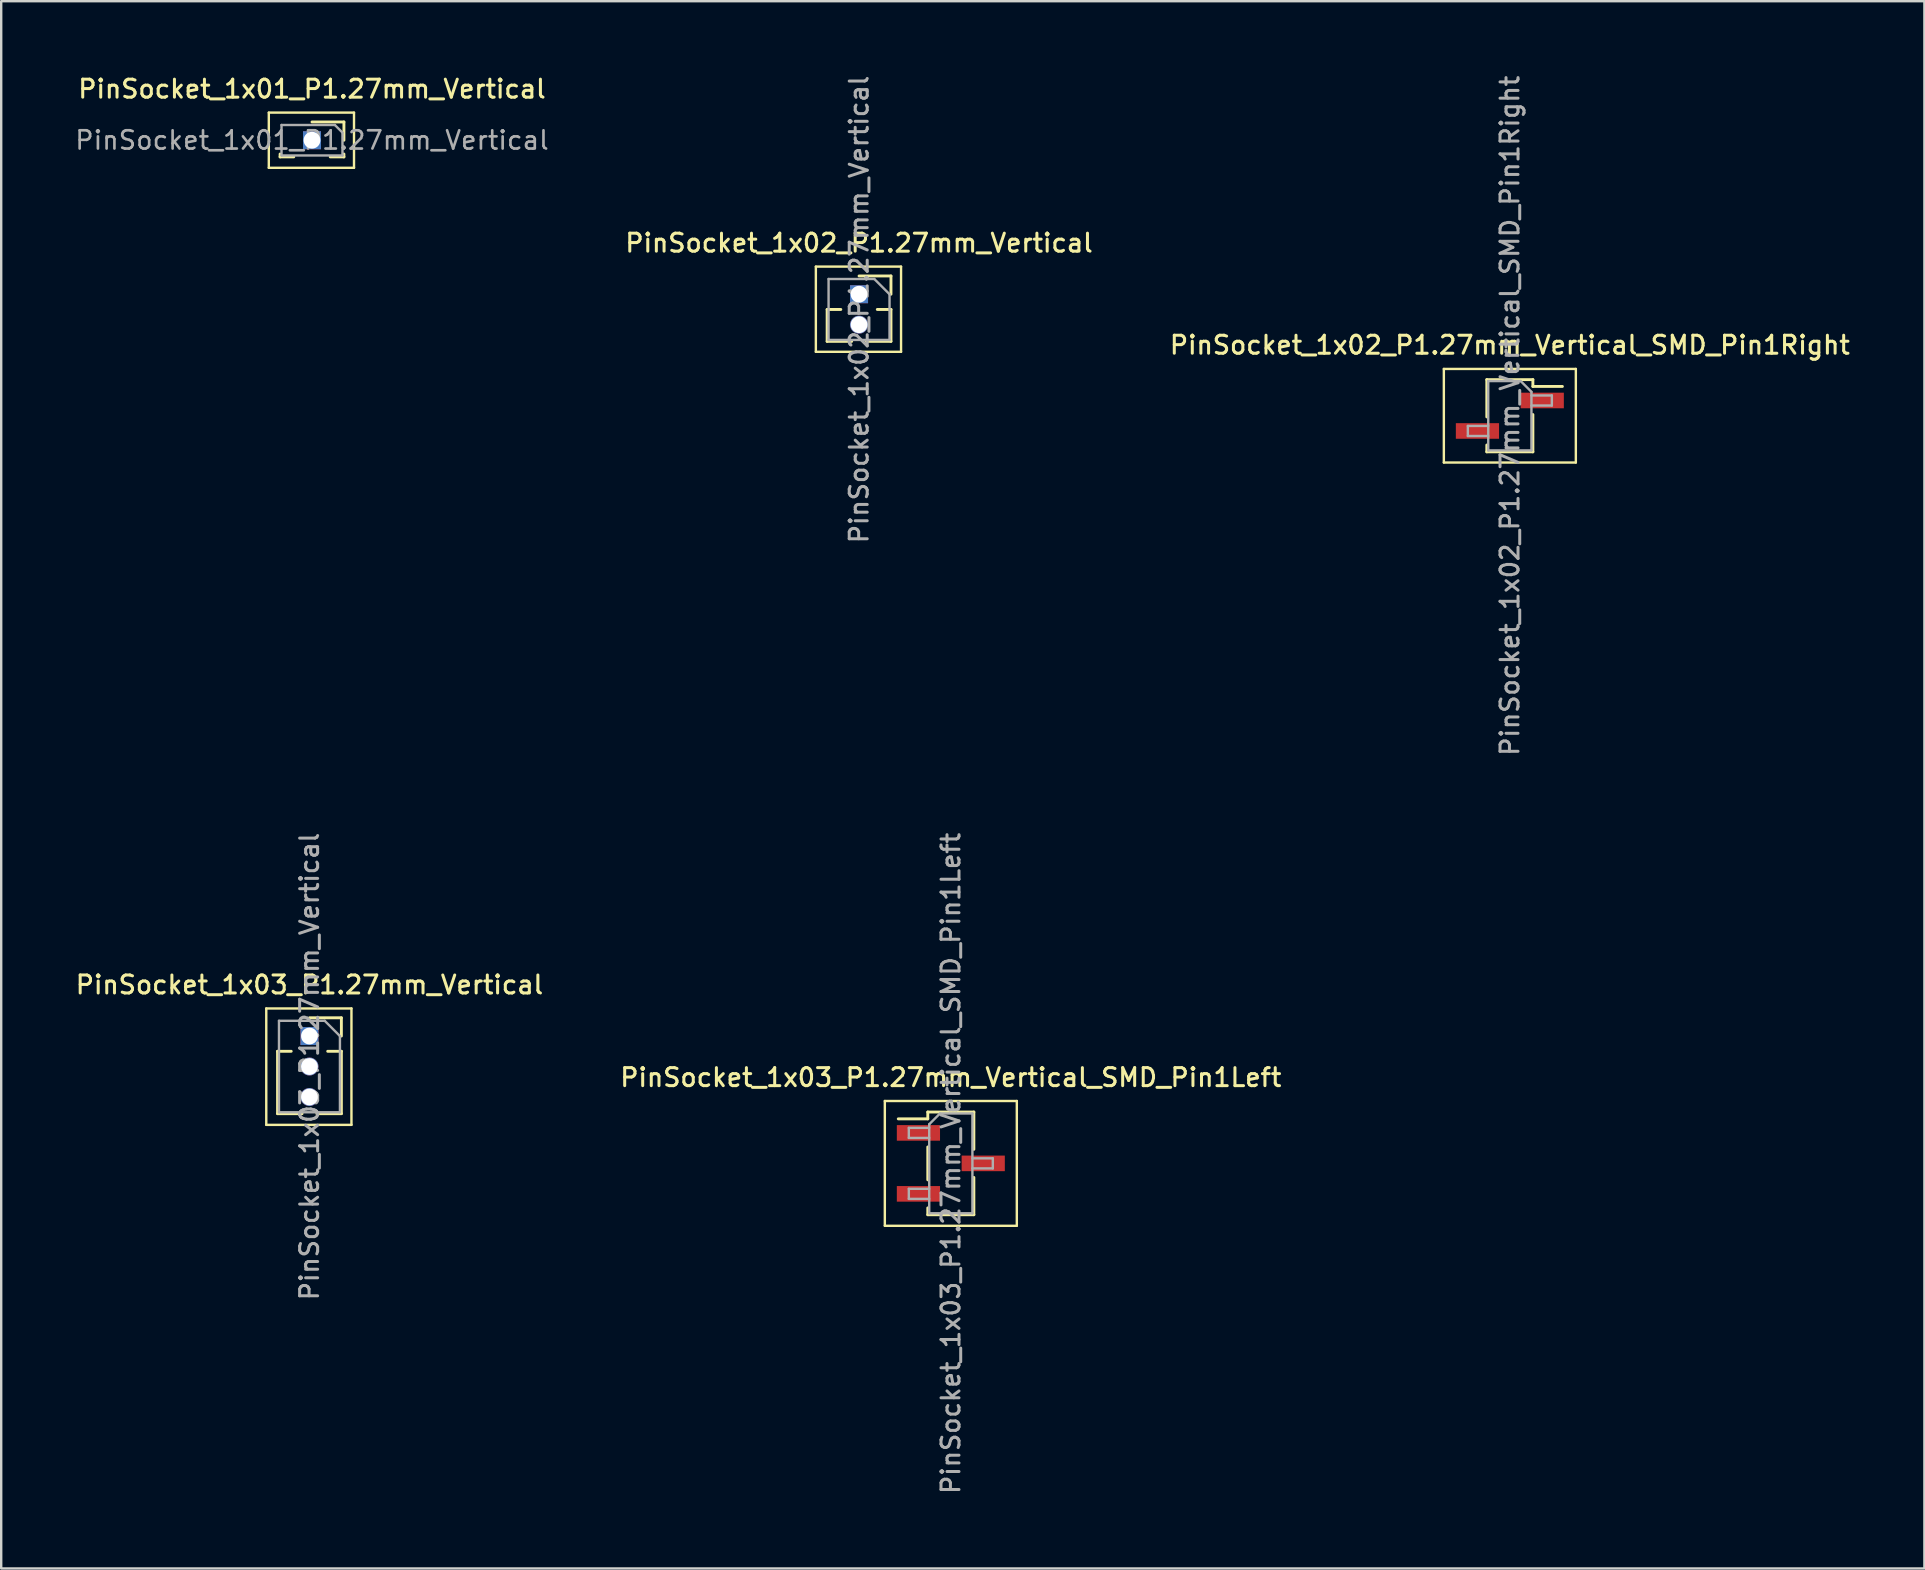
<source format=kicad_pcb>
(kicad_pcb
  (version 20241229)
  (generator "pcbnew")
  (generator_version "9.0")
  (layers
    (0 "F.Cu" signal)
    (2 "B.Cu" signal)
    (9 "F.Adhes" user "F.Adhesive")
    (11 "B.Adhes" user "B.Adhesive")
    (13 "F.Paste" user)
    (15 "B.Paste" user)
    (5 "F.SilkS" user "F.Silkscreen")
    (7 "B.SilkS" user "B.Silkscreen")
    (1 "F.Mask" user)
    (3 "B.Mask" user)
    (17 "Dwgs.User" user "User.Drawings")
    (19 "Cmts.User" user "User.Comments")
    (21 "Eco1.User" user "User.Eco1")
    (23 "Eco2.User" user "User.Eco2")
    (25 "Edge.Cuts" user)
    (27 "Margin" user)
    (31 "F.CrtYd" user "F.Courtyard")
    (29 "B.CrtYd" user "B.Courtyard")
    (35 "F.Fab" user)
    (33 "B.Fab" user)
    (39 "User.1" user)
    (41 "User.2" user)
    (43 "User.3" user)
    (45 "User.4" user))
  (footprint "PinSocket_1x01_P1.27mm_Vertical"
    (layer "F.Cu")
    (at 9.951 2.793)
    (property "Reference" "PinSocket_1x01_P1.27mm_Vertical" (at 0 -2.135 0) (layer "F.SilkS") (effects (font (size 0.75 0.75) (thickness 0.125))))
    (attr through_hole)
    (fp_line (start -1.8 -1.15) (end 1.75 -1.15) (stroke (width 0.1) (type solid)) (layer "F.SilkS"))
    (fp_line (start -1.8 1.15) (end -1.8 -1.15) (stroke (width 0.1) (type solid)) (layer "F.SilkS"))
    (fp_line (start -1.33 0.575) (end -1.33 0.695) (stroke (width 0.12) (type solid)) (layer "F.SilkS"))
    (fp_line (start -1.33 0.695) (end -0.76 0.695) (stroke (width 0.12) (type solid)) (layer "F.SilkS"))
    (fp_line (start 0 -0.76) (end 1.33 -0.76) (stroke (width 0.12) (type solid)) (layer "F.SilkS"))
    (fp_line (start 0.76 0.695) (end 1.33 0.695) (stroke (width 0.12) (type solid)) (layer "F.SilkS"))
    (fp_line (start 1.33 -0.76) (end 1.33 0) (stroke (width 0.12) (type solid)) (layer "F.SilkS"))
    (fp_line (start 1.33 0.575) (end 1.33 0.695) (stroke (width 0.12) (type solid)) (layer "F.SilkS"))
    (fp_line (start 1.75 -1.15) (end 1.75 1.15) (stroke (width 0.1) (type solid)) (layer "F.SilkS"))
    (fp_line (start 1.75 1.15) (end -1.8 1.15) (stroke (width 0.1) (type solid)) (layer "F.SilkS"))
    (fp_line (start -1.27 -0.635) (end 0.953 -0.635) (stroke (width 0.1) (type solid)) (layer "F.Fab"))
    (fp_line (start -1.27 0.635) (end -1.27 -0.635) (stroke (width 0.1) (type solid)) (layer "F.Fab"))
    (fp_line (start 0.953 -0.635) (end 1.27 -0.318) (stroke (width 0.1) (type solid)) (layer "F.Fab"))
    (fp_line (start 1.27 -0.318) (end 1.27 0.635) (stroke (width 0.1) (type solid)) (layer "F.Fab"))
    (fp_line (start 1.27 0.635) (end -1.27 0.635) (stroke (width 0.1) (type solid)) (layer "F.Fab"))
    (fp_text user "${REFERENCE}" (at 0 0 0) (layer "F.Fab") (effects (font (size 0.76 0.76) (thickness 0.11))))
    (pad "1" thru_hole rect (at 0 0) (size 0.75 0.75) (drill 0.7) (layers "*.Cu" "*.Mask")))
  (footprint "PinSocket_1x03_P1.27mm_Vertical"
    (layer "F.Cu")
    (at 9.845 40.121)
    (property "Reference" "PinSocket_1x03_P1.27mm_Vertical" (at 0 -2.135 0) (layer "F.SilkS") (effects (font (size 0.75 0.75) (thickness 0.125))))
    (attr through_hole)
    (fp_line (start -1.8 -1.15) (end 1.75 -1.15) (stroke (width 0.1) (type solid)) (layer "F.SilkS"))
    (fp_line (start -1.8 3.7) (end -1.8 -1.15) (stroke (width 0.1) (type solid)) (layer "F.SilkS"))
    (fp_line (start -1.33 0.635) (end -1.33 3.235) (stroke (width 0.12) (type solid)) (layer "F.SilkS"))
    (fp_line (start -1.33 0.635) (end -0.76 0.635) (stroke (width 0.12) (type solid)) (layer "F.SilkS"))
    (fp_line (start -1.33 3.235) (end -0.308 3.235) (stroke (width 0.12) (type solid)) (layer "F.SilkS"))
    (fp_line (start 0 -0.76) (end 1.33 -0.76) (stroke (width 0.12) (type solid)) (layer "F.SilkS"))
    (fp_line (start 0.308 3.235) (end 1.33 3.235) (stroke (width 0.12) (type solid)) (layer "F.SilkS"))
    (fp_line (start 0.76 0.635) (end 1.33 0.635) (stroke (width 0.12) (type solid)) (layer "F.SilkS"))
    (fp_line (start 1.33 -0.76) (end 1.33 0) (stroke (width 0.12) (type solid)) (layer "F.SilkS"))
    (fp_line (start 1.33 0.635) (end 1.33 3.235) (stroke (width 0.12) (type solid)) (layer "F.SilkS"))
    (fp_line (start 1.75 -1.15) (end 1.75 3.7) (stroke (width 0.1) (type solid)) (layer "F.SilkS"))
    (fp_line (start 1.75 3.7) (end -1.8 3.7) (stroke (width 0.1) (type solid)) (layer "F.SilkS"))
    (fp_line (start -1.27 -0.635) (end 0.635 -0.635) (stroke (width 0.1) (type solid)) (layer "F.Fab"))
    (fp_line (start -1.27 3.175) (end -1.27 -0.635) (stroke (width 0.1) (type solid)) (layer "F.Fab"))
    (fp_line (start 0.635 -0.635) (end 1.27 0) (stroke (width 0.1) (type solid)) (layer "F.Fab"))
    (fp_line (start 1.27 0) (end 1.27 3.175) (stroke (width 0.1) (type solid)) (layer "F.Fab"))
    (fp_line (start 1.27 3.175) (end -1.27 3.175) (stroke (width 0.1) (type solid)) (layer "F.Fab"))
    (fp_text user "${REFERENCE}" (at 0 1.27 90) (layer "F.Fab") (effects (font (size 0.75 0.75) (thickness 0.125))))
    (pad "1" thru_hole rect (at 0 0) (size 0.75 0.75) (drill 0.7) (layers "*.Cu" "*.Mask"))
    (pad "2" thru_hole oval (at 0 1.27) (size 0.75 0.75) (drill 0.7) (layers "*.Cu" "*.Mask"))
    (pad "3" thru_hole oval (at 0 2.54) (size 0.75 0.75) (drill 0.7) (layers "*.Cu" "*.Mask")))
  (footprint "PinSocket_1x02_P1.27mm_Vertical"
    (layer "F.Cu")
    (at 32.746 9.21)
    (property "Reference" "PinSocket_1x02_P1.27mm_Vertical" (at 0 -2.135 0) (layer "F.SilkS") (effects (font (size 0.75 0.75) (thickness 0.125))))
    (attr through_hole)
    (fp_line (start -1.8 -1.15) (end 1.75 -1.15) (stroke (width 0.1) (type solid)) (layer "F.SilkS"))
    (fp_line (start -1.8 2.4) (end -1.8 -1.15) (stroke (width 0.1) (type solid)) (layer "F.SilkS"))
    (fp_line (start -1.33 0.635) (end -1.33 1.965) (stroke (width 0.12) (type solid)) (layer "F.SilkS"))
    (fp_line (start -1.33 0.635) (end -0.76 0.635) (stroke (width 0.12) (type solid)) (layer "F.SilkS"))
    (fp_line (start -1.33 1.965) (end -0.308 1.965) (stroke (width 0.12) (type solid)) (layer "F.SilkS"))
    (fp_line (start 0 -0.76) (end 1.33 -0.76) (stroke (width 0.12) (type solid)) (layer "F.SilkS"))
    (fp_line (start 0.308 1.965) (end 1.33 1.965) (stroke (width 0.12) (type solid)) (layer "F.SilkS"))
    (fp_line (start 0.76 0.635) (end 1.33 0.635) (stroke (width 0.12) (type solid)) (layer "F.SilkS"))
    (fp_line (start 1.33 -0.76) (end 1.33 0) (stroke (width 0.12) (type solid)) (layer "F.SilkS"))
    (fp_line (start 1.33 0.635) (end 1.33 1.965) (stroke (width 0.12) (type solid)) (layer "F.SilkS"))
    (fp_line (start 1.75 -1.15) (end 1.75 2.4) (stroke (width 0.1) (type solid)) (layer "F.SilkS"))
    (fp_line (start 1.75 2.4) (end -1.8 2.4) (stroke (width 0.1) (type solid)) (layer "F.SilkS"))
    (fp_line (start -1.27 -0.635) (end 0.635 -0.635) (stroke (width 0.1) (type solid)) (layer "F.Fab"))
    (fp_line (start -1.27 1.905) (end -1.27 -0.635) (stroke (width 0.1) (type solid)) (layer "F.Fab"))
    (fp_line (start 0.635 -0.635) (end 1.27 0) (stroke (width 0.1) (type solid)) (layer "F.Fab"))
    (fp_line (start 1.27 0) (end 1.27 1.905) (stroke (width 0.1) (type solid)) (layer "F.Fab"))
    (fp_line (start 1.27 1.905) (end -1.27 1.905) (stroke (width 0.1) (type solid)) (layer "F.Fab"))
    (fp_text user "${REFERENCE}" (at 0 0.635 90) (layer "F.Fab") (effects (font (size 0.75 0.75) (thickness 0.125))))
    (pad "1" thru_hole rect (at 0 0) (size 0.75 0.75) (drill 0.7) (layers "*.Cu" "*.Mask"))
    (pad "2" thru_hole oval (at 0 1.27) (size 0.75 0.75) (drill 0.7) (layers "*.Cu" "*.Mask")))
  (footprint "PinSocket_1x02_P1.27mm_Vertical_SMD_Pin1Right"
    (layer "F.Cu")
    (at 59.864 14.273)
    (property "Reference" "PinSocket_1x02_P1.27mm_Vertical_SMD_Pin1Right" (at 0 -2.945 0) (layer "F.SilkS") (effects (font (size 0.75 0.75) (thickness 0.125))))
    (attr smd)
    (fp_line (start -2.75 -1.95) (end 2.75 -1.95) (stroke (width 0.1) (type solid)) (layer "F.SilkS"))
    (fp_line (start -2.75 1.95) (end -2.75 -1.95) (stroke (width 0.1) (type solid)) (layer "F.SilkS"))
    (fp_line (start -0.96 -1.505) (end -0.96 0.05) (stroke (width 0.12) (type solid)) (layer "F.SilkS"))
    (fp_line (start -0.96 -1.505) (end 0.96 -1.505) (stroke (width 0.12) (type solid)) (layer "F.SilkS"))
    (fp_line (start -0.96 1.22) (end -0.96 1.505) (stroke (width 0.12) (type solid)) (layer "F.SilkS"))
    (fp_line (start -0.96 1.505) (end 0.96 1.505) (stroke (width 0.12) (type solid)) (layer "F.SilkS"))
    (fp_line (start 0.96 -1.505) (end 0.96 -1.22) (stroke (width 0.12) (type solid)) (layer "F.SilkS"))
    (fp_line (start 0.96 -1.22) (end 2.19 -1.22) (stroke (width 0.12) (type solid)) (layer "F.SilkS"))
    (fp_line (start 0.96 -0.05) (end 0.96 1.505) (stroke (width 0.12) (type solid)) (layer "F.SilkS"))
    (fp_line (start 2.75 -1.95) (end 2.75 1.95) (stroke (width 0.1) (type solid)) (layer "F.SilkS"))
    (fp_line (start 2.75 1.95) (end -2.75 1.95) (stroke (width 0.1) (type solid)) (layer "F.SilkS"))
    (fp_line (start -1.75 0.425) (end -0.9 0.425) (stroke (width 0.1) (type solid)) (layer "F.Fab"))
    (fp_line (start -1.75 0.845) (end -1.75 0.425) (stroke (width 0.1) (type solid)) (layer "F.Fab"))
    (fp_line (start -0.9 -1.445) (end 0.45 -1.445) (stroke (width 0.1) (type solid)) (layer "F.Fab"))
    (fp_line (start -0.9 0.845) (end -1.75 0.845) (stroke (width 0.1) (type solid)) (layer "F.Fab"))
    (fp_line (start -0.9 1.445) (end -0.9 -1.445) (stroke (width 0.1) (type solid)) (layer "F.Fab"))
    (fp_line (start 0.45 -1.445) (end 0.9 -0.995) (stroke (width 0.1) (type solid)) (layer "F.Fab"))
    (fp_line (start 0.9 -0.995) (end 0.9 1.445) (stroke (width 0.1) (type solid)) (layer "F.Fab"))
    (fp_line (start 0.9 -0.845) (end 1.75 -0.845) (stroke (width 0.1) (type solid)) (layer "F.Fab"))
    (fp_line (start 0.9 1.445) (end -0.9 1.445) (stroke (width 0.1) (type solid)) (layer "F.Fab"))
    (fp_line (start 1.75 -0.845) (end 1.75 -0.425) (stroke (width 0.1) (type solid)) (layer "F.Fab"))
    (fp_line (start 1.75 -0.425) (end 0.9 -0.425) (stroke (width 0.1) (type solid)) (layer "F.Fab"))
    (fp_text user "${REFERENCE}" (at 0 0 90) (layer "F.Fab") (effects (font (size 0.75 0.75) (thickness 0.125))))
    (pad "1" smd rect (at 1.35 -0.635) (size 1.8 0.65) (layers "F.Cu" "F.Mask" "F.Paste"))
    (pad "2" smd rect (at -1.35 0.635) (size 1.8 0.65) (layers "F.Cu" "F.Mask" "F.Paste")))
  (footprint "PinSocket_1x03_P1.27mm_Vertical_SMD_Pin1Left"
    (layer "F.Cu")
    (at 36.57 45.427)
    (property "Reference" "PinSocket_1x03_P1.27mm_Vertical_SMD_Pin1Left" (at 0 -3.58 0) (layer "F.SilkS") (effects (font (size 0.75 0.75) (thickness 0.125))))
    (attr smd)
    (fp_line (start -2.75 -2.6) (end 2.75 -2.6) (stroke (width 0.1) (type solid)) (layer "F.SilkS"))
    (fp_line (start -2.75 2.6) (end -2.75 -2.6) (stroke (width 0.1) (type solid)) (layer "F.SilkS"))
    (fp_line (start -2.19 -1.855) (end -0.96 -1.855) (stroke (width 0.12) (type solid)) (layer "F.SilkS"))
    (fp_line (start -0.96 -2.14) (end -0.96 -1.855) (stroke (width 0.12) (type solid)) (layer "F.SilkS"))
    (fp_line (start -0.96 -2.14) (end 0.96 -2.14) (stroke (width 0.12) (type solid)) (layer "F.SilkS"))
    (fp_line (start -0.96 -0.685) (end -0.96 0.685) (stroke (width 0.12) (type solid)) (layer "F.SilkS"))
    (fp_line (start -0.96 1.855) (end -0.96 2.14) (stroke (width 0.12) (type solid)) (layer "F.SilkS"))
    (fp_line (start -0.96 2.14) (end 0.96 2.14) (stroke (width 0.12) (type solid)) (layer "F.SilkS"))
    (fp_line (start 0.96 -2.14) (end 0.96 -0.585) (stroke (width 0.12) (type solid)) (layer "F.SilkS"))
    (fp_line (start 0.96 0.585) (end 0.96 2.14) (stroke (width 0.12) (type solid)) (layer "F.SilkS"))
    (fp_line (start 2.75 -2.6) (end 2.75 2.6) (stroke (width 0.1) (type solid)) (layer "F.SilkS"))
    (fp_line (start 2.75 2.6) (end -2.75 2.6) (stroke (width 0.1) (type solid)) (layer "F.SilkS"))
    (fp_line (start -1.75 -1.48) (end -0.9 -1.48) (stroke (width 0.1) (type solid)) (layer "F.Fab"))
    (fp_line (start -1.75 -1.06) (end -1.75 -1.48) (stroke (width 0.1) (type solid)) (layer "F.Fab"))
    (fp_line (start -1.75 1.06) (end -0.9 1.06) (stroke (width 0.1) (type solid)) (layer "F.Fab"))
    (fp_line (start -1.75 1.48) (end -1.75 1.06) (stroke (width 0.1) (type solid)) (layer "F.Fab"))
    (fp_line (start -0.9 -1.63) (end -0.45 -2.08) (stroke (width 0.1) (type solid)) (layer "F.Fab"))
    (fp_line (start -0.9 -1.06) (end -1.75 -1.06) (stroke (width 0.1) (type solid)) (layer "F.Fab"))
    (fp_line (start -0.9 1.48) (end -1.75 1.48) (stroke (width 0.1) (type solid)) (layer "F.Fab"))
    (fp_line (start -0.9 2.08) (end -0.9 -1.63) (stroke (width 0.1) (type solid)) (layer "F.Fab"))
    (fp_line (start -0.45 -2.08) (end 0.9 -2.08) (stroke (width 0.1) (type solid)) (layer "F.Fab"))
    (fp_line (start 0.9 -2.08) (end 0.9 2.08) (stroke (width 0.1) (type solid)) (layer "F.Fab"))
    (fp_line (start 0.9 -0.21) (end 1.75 -0.21) (stroke (width 0.1) (type solid)) (layer "F.Fab"))
    (fp_line (start 0.9 2.08) (end -0.9 2.08) (stroke (width 0.1) (type solid)) (layer "F.Fab"))
    (fp_line (start 1.75 -0.21) (end 1.75 0.21) (stroke (width 0.1) (type solid)) (layer "F.Fab"))
    (fp_line (start 1.75 0.21) (end 0.9 0.21) (stroke (width 0.1) (type solid)) (layer "F.Fab"))
    (fp_text user "${REFERENCE}" (at 0 0 90) (layer "F.Fab") (effects (font (size 0.75 0.75) (thickness 0.125))))
    (pad "1" smd rect (at -1.35 -1.27) (size 1.8 0.65) (layers "F.Cu" "F.Mask" "F.Paste"))
    (pad "2" smd rect (at 1.35 0) (size 1.8 0.65) (layers "F.Cu" "F.Mask" "F.Paste"))
    (pad "3" smd rect (at -1.35 1.27) (size 1.8 0.65) (layers "F.Cu" "F.Mask" "F.Paste")))
  (gr_rect
    (start -3 -3)
    (end 77.138 62.307)
    (stroke (width 0.1) (type default))
    (fill no)
    (layer "Edge.Cuts")))
</source>
